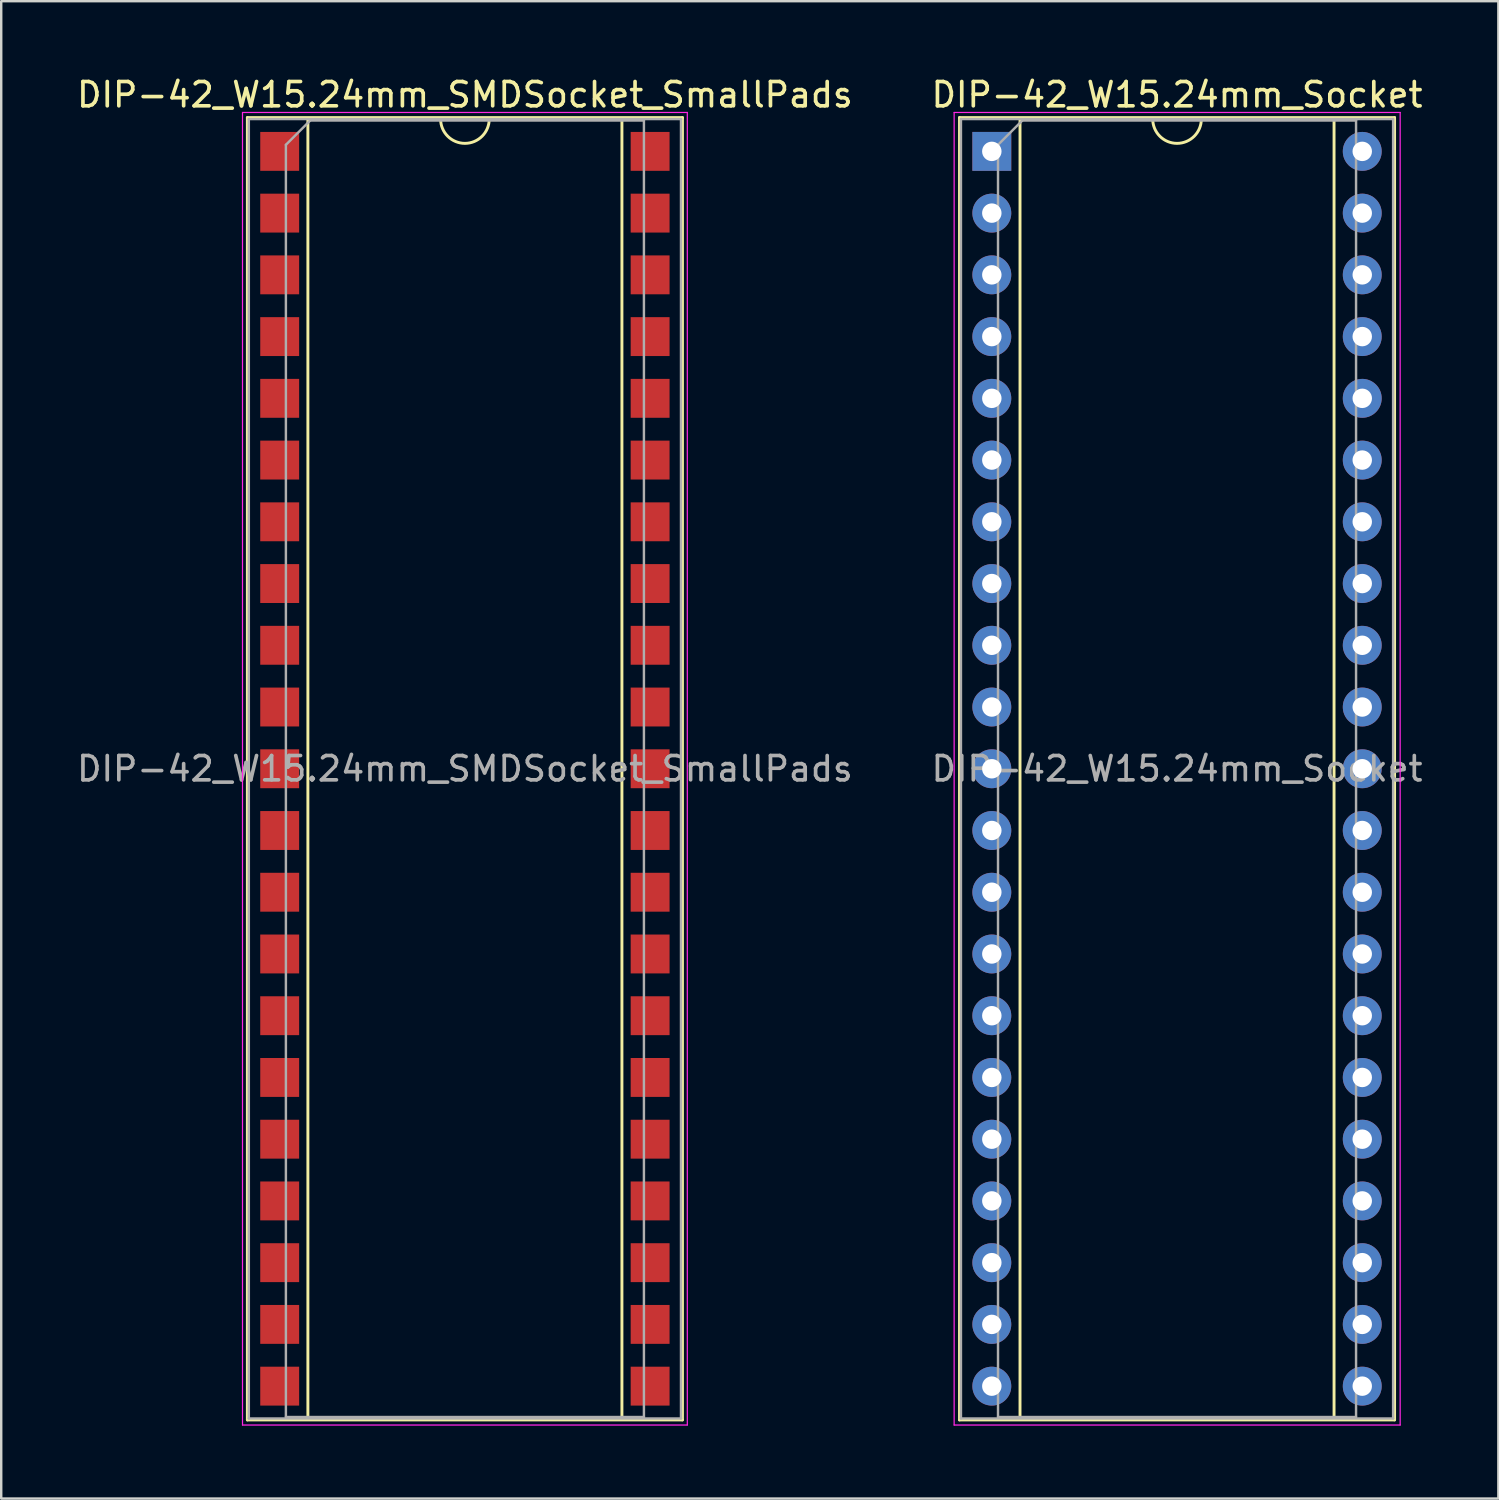
<source format=kicad_pcb>
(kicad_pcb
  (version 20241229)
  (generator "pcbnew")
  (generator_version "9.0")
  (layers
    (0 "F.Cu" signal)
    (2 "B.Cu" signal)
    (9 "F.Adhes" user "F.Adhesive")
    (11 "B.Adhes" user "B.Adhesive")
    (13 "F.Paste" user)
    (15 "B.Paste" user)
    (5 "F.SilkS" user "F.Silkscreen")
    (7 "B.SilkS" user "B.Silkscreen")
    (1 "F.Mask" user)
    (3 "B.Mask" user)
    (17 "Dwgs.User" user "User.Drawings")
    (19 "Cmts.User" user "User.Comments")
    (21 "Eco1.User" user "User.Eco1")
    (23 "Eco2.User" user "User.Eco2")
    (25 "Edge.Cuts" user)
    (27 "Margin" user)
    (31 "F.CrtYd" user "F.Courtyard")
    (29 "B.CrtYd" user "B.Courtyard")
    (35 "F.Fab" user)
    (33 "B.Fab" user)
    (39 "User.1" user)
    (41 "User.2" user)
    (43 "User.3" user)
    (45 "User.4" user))
  (footprint "DIP-42_W15.24mm_Socket"
    (layer "F.Cu")
    (at 37.755 3.178)
    (property "Reference" "DIP-42_W15.24mm_Socket" (at 7.62 -2.33 0) (layer "F.SilkS") (effects (font (size 1 1) (thickness 0.15))))
    (attr through_hole)
    (fp_line (start -1.33 -1.39) (end -1.33 52.19) (stroke (width 0.12) (type solid)) (layer "F.SilkS"))
    (fp_line (start -1.33 52.19) (end 16.57 52.19) (stroke (width 0.12) (type solid)) (layer "F.SilkS"))
    (fp_line (start 1.16 -1.33) (end 1.16 52.13) (stroke (width 0.12) (type solid)) (layer "F.SilkS"))
    (fp_line (start 1.16 52.13) (end 14.08 52.13) (stroke (width 0.12) (type solid)) (layer "F.SilkS"))
    (fp_line (start 6.62 -1.33) (end 1.16 -1.33) (stroke (width 0.12) (type solid)) (layer "F.SilkS"))
    (fp_line (start 14.08 -1.33) (end 8.62 -1.33) (stroke (width 0.12) (type solid)) (layer "F.SilkS"))
    (fp_line (start 14.08 52.13) (end 14.08 -1.33) (stroke (width 0.12) (type solid)) (layer "F.SilkS"))
    (fp_line (start 16.57 -1.39) (end -1.33 -1.39) (stroke (width 0.12) (type solid)) (layer "F.SilkS"))
    (fp_line (start 16.57 52.19) (end 16.57 -1.39) (stroke (width 0.12) (type solid)) (layer "F.SilkS"))
    (fp_arc (start 8.62 -1.33) (mid 7.62 -0.33) (end 6.62 -1.33) (stroke (width 0.12) (type solid)) (layer "F.SilkS"))
    (fp_line (start -1.55 -1.6) (end -1.55 52.4) (stroke (width 0.05) (type solid)) (layer "F.CrtYd"))
    (fp_line (start -1.55 52.4) (end 16.8 52.4) (stroke (width 0.05) (type solid)) (layer "F.CrtYd"))
    (fp_line (start 16.8 -1.6) (end -1.55 -1.6) (stroke (width 0.05) (type solid)) (layer "F.CrtYd"))
    (fp_line (start 16.8 52.4) (end 16.8 -1.6) (stroke (width 0.05) (type solid)) (layer "F.CrtYd"))
    (fp_line (start -1.27 -1.33) (end -1.27 52.13) (stroke (width 0.1) (type solid)) (layer "F.Fab"))
    (fp_line (start -1.27 52.13) (end 16.51 52.13) (stroke (width 0.1) (type solid)) (layer "F.Fab"))
    (fp_line (start 0.255 -0.27) (end 1.255 -1.27) (stroke (width 0.1) (type solid)) (layer "F.Fab"))
    (fp_line (start 0.255 52.07) (end 0.255 -0.27) (stroke (width 0.1) (type solid)) (layer "F.Fab"))
    (fp_line (start 1.255 -1.27) (end 14.985 -1.27) (stroke (width 0.1) (type solid)) (layer "F.Fab"))
    (fp_line (start 14.985 -1.27) (end 14.985 52.07) (stroke (width 0.1) (type solid)) (layer "F.Fab"))
    (fp_line (start 14.985 52.07) (end 0.255 52.07) (stroke (width 0.1) (type solid)) (layer "F.Fab"))
    (fp_line (start 16.51 -1.33) (end -1.27 -1.33) (stroke (width 0.1) (type solid)) (layer "F.Fab"))
    (fp_line (start 16.51 52.13) (end 16.51 -1.33) (stroke (width 0.1) (type solid)) (layer "F.Fab"))
    (fp_text user "${REFERENCE}" (at 7.62 25.4 0) (layer "F.Fab") (effects (font (size 1 1) (thickness 0.15))))
    (pad "1" thru_hole rect (at 0 0) (size 1.6 1.6) (drill 0.8) (layers "*.Cu" "*.Mask"))
    (pad "2" thru_hole oval (at 0 2.54) (size 1.6 1.6) (drill 0.8) (layers "*.Cu" "*.Mask"))
    (pad "3" thru_hole oval (at 0 5.08) (size 1.6 1.6) (drill 0.8) (layers "*.Cu" "*.Mask"))
    (pad "4" thru_hole oval (at 0 7.62) (size 1.6 1.6) (drill 0.8) (layers "*.Cu" "*.Mask"))
    (pad "5" thru_hole oval (at 0 10.16) (size 1.6 1.6) (drill 0.8) (layers "*.Cu" "*.Mask"))
    (pad "6" thru_hole oval (at 0 12.7) (size 1.6 1.6) (drill 0.8) (layers "*.Cu" "*.Mask"))
    (pad "7" thru_hole oval (at 0 15.24) (size 1.6 1.6) (drill 0.8) (layers "*.Cu" "*.Mask"))
    (pad "8" thru_hole oval (at 0 17.78) (size 1.6 1.6) (drill 0.8) (layers "*.Cu" "*.Mask"))
    (pad "9" thru_hole oval (at 0 20.32) (size 1.6 1.6) (drill 0.8) (layers "*.Cu" "*.Mask"))
    (pad "10" thru_hole oval (at 0 22.86) (size 1.6 1.6) (drill 0.8) (layers "*.Cu" "*.Mask"))
    (pad "11" thru_hole oval (at 0 25.4) (size 1.6 1.6) (drill 0.8) (layers "*.Cu" "*.Mask"))
    (pad "12" thru_hole oval (at 0 27.94) (size 1.6 1.6) (drill 0.8) (layers "*.Cu" "*.Mask"))
    (pad "13" thru_hole oval (at 0 30.48) (size 1.6 1.6) (drill 0.8) (layers "*.Cu" "*.Mask"))
    (pad "14" thru_hole oval (at 0 33.02) (size 1.6 1.6) (drill 0.8) (layers "*.Cu" "*.Mask"))
    (pad "15" thru_hole oval (at 0 35.56) (size 1.6 1.6) (drill 0.8) (layers "*.Cu" "*.Mask"))
    (pad "16" thru_hole oval (at 0 38.1) (size 1.6 1.6) (drill 0.8) (layers "*.Cu" "*.Mask"))
    (pad "17" thru_hole oval (at 0 40.64) (size 1.6 1.6) (drill 0.8) (layers "*.Cu" "*.Mask"))
    (pad "18" thru_hole oval (at 0 43.18) (size 1.6 1.6) (drill 0.8) (layers "*.Cu" "*.Mask"))
    (pad "19" thru_hole oval (at 0 45.72) (size 1.6 1.6) (drill 0.8) (layers "*.Cu" "*.Mask"))
    (pad "20" thru_hole oval (at 0 48.26) (size 1.6 1.6) (drill 0.8) (layers "*.Cu" "*.Mask"))
    (pad "21" thru_hole oval (at 0 50.8) (size 1.6 1.6) (drill 0.8) (layers "*.Cu" "*.Mask"))
    (pad "22" thru_hole oval (at 15.24 50.8) (size 1.6 1.6) (drill 0.8) (layers "*.Cu" "*.Mask"))
    (pad "23" thru_hole oval (at 15.24 48.26) (size 1.6 1.6) (drill 0.8) (layers "*.Cu" "*.Mask"))
    (pad "24" thru_hole oval (at 15.24 45.72) (size 1.6 1.6) (drill 0.8) (layers "*.Cu" "*.Mask"))
    (pad "25" thru_hole oval (at 15.24 43.18) (size 1.6 1.6) (drill 0.8) (layers "*.Cu" "*.Mask"))
    (pad "26" thru_hole oval (at 15.24 40.64) (size 1.6 1.6) (drill 0.8) (layers "*.Cu" "*.Mask"))
    (pad "27" thru_hole oval (at 15.24 38.1) (size 1.6 1.6) (drill 0.8) (layers "*.Cu" "*.Mask"))
    (pad "28" thru_hole oval (at 15.24 35.56) (size 1.6 1.6) (drill 0.8) (layers "*.Cu" "*.Mask"))
    (pad "29" thru_hole oval (at 15.24 33.02) (size 1.6 1.6) (drill 0.8) (layers "*.Cu" "*.Mask"))
    (pad "30" thru_hole oval (at 15.24 30.48) (size 1.6 1.6) (drill 0.8) (layers "*.Cu" "*.Mask"))
    (pad "31" thru_hole oval (at 15.24 27.94) (size 1.6 1.6) (drill 0.8) (layers "*.Cu" "*.Mask"))
    (pad "32" thru_hole oval (at 15.24 25.4) (size 1.6 1.6) (drill 0.8) (layers "*.Cu" "*.Mask"))
    (pad "33" thru_hole oval (at 15.24 22.86) (size 1.6 1.6) (drill 0.8) (layers "*.Cu" "*.Mask"))
    (pad "34" thru_hole oval (at 15.24 20.32) (size 1.6 1.6) (drill 0.8) (layers "*.Cu" "*.Mask"))
    (pad "35" thru_hole oval (at 15.24 17.78) (size 1.6 1.6) (drill 0.8) (layers "*.Cu" "*.Mask"))
    (pad "36" thru_hole oval (at 15.24 15.24) (size 1.6 1.6) (drill 0.8) (layers "*.Cu" "*.Mask"))
    (pad "37" thru_hole oval (at 15.24 12.7) (size 1.6 1.6) (drill 0.8) (layers "*.Cu" "*.Mask"))
    (pad "38" thru_hole oval (at 15.24 10.16) (size 1.6 1.6) (drill 0.8) (layers "*.Cu" "*.Mask"))
    (pad "39" thru_hole oval (at 15.24 7.62) (size 1.6 1.6) (drill 0.8) (layers "*.Cu" "*.Mask"))
    (pad "40" thru_hole oval (at 15.24 5.08) (size 1.6 1.6) (drill 0.8) (layers "*.Cu" "*.Mask"))
    (pad "41" thru_hole oval (at 15.24 2.54) (size 1.6 1.6) (drill 0.8) (layers "*.Cu" "*.Mask"))
    (pad "42" thru_hole oval (at 15.24 0) (size 1.6 1.6) (drill 0.8) (layers "*.Cu" "*.Mask")))
  (footprint "DIP-42_W15.24mm_SMDSocket_SmallPads"
    (layer "F.Cu")
    (at 16.077 28.578)
    (property "Reference" "DIP-42_W15.24mm_SMDSocket_SmallPads" (at 0 -27.73 0) (layer "F.SilkS") (effects (font (size 1 1) (thickness 0.15))))
    (attr smd)
    (fp_line (start -8.95 -26.79) (end -8.95 26.79) (stroke (width 0.12) (type solid)) (layer "F.SilkS"))
    (fp_line (start -8.95 26.79) (end 8.95 26.79) (stroke (width 0.12) (type solid)) (layer "F.SilkS"))
    (fp_line (start -6.46 -26.73) (end -6.46 26.73) (stroke (width 0.12) (type solid)) (layer "F.SilkS"))
    (fp_line (start -6.46 26.73) (end 6.46 26.73) (stroke (width 0.12) (type solid)) (layer "F.SilkS"))
    (fp_line (start -1 -26.73) (end -6.46 -26.73) (stroke (width 0.12) (type solid)) (layer "F.SilkS"))
    (fp_line (start 6.46 -26.73) (end 1 -26.73) (stroke (width 0.12) (type solid)) (layer "F.SilkS"))
    (fp_line (start 6.46 26.73) (end 6.46 -26.73) (stroke (width 0.12) (type solid)) (layer "F.SilkS"))
    (fp_line (start 8.95 -26.79) (end -8.95 -26.79) (stroke (width 0.12) (type solid)) (layer "F.SilkS"))
    (fp_line (start 8.95 26.79) (end 8.95 -26.79) (stroke (width 0.12) (type solid)) (layer "F.SilkS"))
    (fp_arc (start 1 -26.73) (mid 0 -25.73) (end -1 -26.73) (stroke (width 0.12) (type solid)) (layer "F.SilkS"))
    (fp_line (start -9.15 -27) (end -9.15 27) (stroke (width 0.05) (type solid)) (layer "F.CrtYd"))
    (fp_line (start -9.15 27) (end 9.15 27) (stroke (width 0.05) (type solid)) (layer "F.CrtYd"))
    (fp_line (start 9.15 -27) (end -9.15 -27) (stroke (width 0.05) (type solid)) (layer "F.CrtYd"))
    (fp_line (start 9.15 27) (end 9.15 -27) (stroke (width 0.05) (type solid)) (layer "F.CrtYd"))
    (fp_line (start -8.89 -26.73) (end -8.89 26.73) (stroke (width 0.1) (type solid)) (layer "F.Fab"))
    (fp_line (start -8.89 26.73) (end 8.89 26.73) (stroke (width 0.1) (type solid)) (layer "F.Fab"))
    (fp_line (start -7.365 -25.67) (end -6.365 -26.67) (stroke (width 0.1) (type solid)) (layer "F.Fab"))
    (fp_line (start -7.365 26.67) (end -7.365 -25.67) (stroke (width 0.1) (type solid)) (layer "F.Fab"))
    (fp_line (start -6.365 -26.67) (end 7.365 -26.67) (stroke (width 0.1) (type solid)) (layer "F.Fab"))
    (fp_line (start 7.365 -26.67) (end 7.365 26.67) (stroke (width 0.1) (type solid)) (layer "F.Fab"))
    (fp_line (start 7.365 26.67) (end -7.365 26.67) (stroke (width 0.1) (type solid)) (layer "F.Fab"))
    (fp_line (start 8.89 -26.73) (end -8.89 -26.73) (stroke (width 0.1) (type solid)) (layer "F.Fab"))
    (fp_line (start 8.89 26.73) (end 8.89 -26.73) (stroke (width 0.1) (type solid)) (layer "F.Fab"))
    (fp_text user "${REFERENCE}" (at 0 0 0) (layer "F.Fab") (effects (font (size 1 1) (thickness 0.15))))
    (pad "1" smd rect (at -7.62 -25.4) (size 1.6 1.6) (layers "F.Cu" "F.Mask" "F.Paste"))
    (pad "2" smd rect (at -7.62 -22.86) (size 1.6 1.6) (layers "F.Cu" "F.Mask" "F.Paste"))
    (pad "3" smd rect (at -7.62 -20.32) (size 1.6 1.6) (layers "F.Cu" "F.Mask" "F.Paste"))
    (pad "4" smd rect (at -7.62 -17.78) (size 1.6 1.6) (layers "F.Cu" "F.Mask" "F.Paste"))
    (pad "5" smd rect (at -7.62 -15.24) (size 1.6 1.6) (layers "F.Cu" "F.Mask" "F.Paste"))
    (pad "6" smd rect (at -7.62 -12.7) (size 1.6 1.6) (layers "F.Cu" "F.Mask" "F.Paste"))
    (pad "7" smd rect (at -7.62 -10.16) (size 1.6 1.6) (layers "F.Cu" "F.Mask" "F.Paste"))
    (pad "8" smd rect (at -7.62 -7.62) (size 1.6 1.6) (layers "F.Cu" "F.Mask" "F.Paste"))
    (pad "9" smd rect (at -7.62 -5.08) (size 1.6 1.6) (layers "F.Cu" "F.Mask" "F.Paste"))
    (pad "10" smd rect (at -7.62 -2.54) (size 1.6 1.6) (layers "F.Cu" "F.Mask" "F.Paste"))
    (pad "11" smd rect (at -7.62 0) (size 1.6 1.6) (layers "F.Cu" "F.Mask" "F.Paste"))
    (pad "12" smd rect (at -7.62 2.54) (size 1.6 1.6) (layers "F.Cu" "F.Mask" "F.Paste"))
    (pad "13" smd rect (at -7.62 5.08) (size 1.6 1.6) (layers "F.Cu" "F.Mask" "F.Paste"))
    (pad "14" smd rect (at -7.62 7.62) (size 1.6 1.6) (layers "F.Cu" "F.Mask" "F.Paste"))
    (pad "15" smd rect (at -7.62 10.16) (size 1.6 1.6) (layers "F.Cu" "F.Mask" "F.Paste"))
    (pad "16" smd rect (at -7.62 12.7) (size 1.6 1.6) (layers "F.Cu" "F.Mask" "F.Paste"))
    (pad "17" smd rect (at -7.62 15.24) (size 1.6 1.6) (layers "F.Cu" "F.Mask" "F.Paste"))
    (pad "18" smd rect (at -7.62 17.78) (size 1.6 1.6) (layers "F.Cu" "F.Mask" "F.Paste"))
    (pad "19" smd rect (at -7.62 20.32) (size 1.6 1.6) (layers "F.Cu" "F.Mask" "F.Paste"))
    (pad "20" smd rect (at -7.62 22.86) (size 1.6 1.6) (layers "F.Cu" "F.Mask" "F.Paste"))
    (pad "21" smd rect (at -7.62 25.4) (size 1.6 1.6) (layers "F.Cu" "F.Mask" "F.Paste"))
    (pad "22" smd rect (at 7.62 25.4) (size 1.6 1.6) (layers "F.Cu" "F.Mask" "F.Paste"))
    (pad "23" smd rect (at 7.62 22.86) (size 1.6 1.6) (layers "F.Cu" "F.Mask" "F.Paste"))
    (pad "24" smd rect (at 7.62 20.32) (size 1.6 1.6) (layers "F.Cu" "F.Mask" "F.Paste"))
    (pad "25" smd rect (at 7.62 17.78) (size 1.6 1.6) (layers "F.Cu" "F.Mask" "F.Paste"))
    (pad "26" smd rect (at 7.62 15.24) (size 1.6 1.6) (layers "F.Cu" "F.Mask" "F.Paste"))
    (pad "27" smd rect (at 7.62 12.7) (size 1.6 1.6) (layers "F.Cu" "F.Mask" "F.Paste"))
    (pad "28" smd rect (at 7.62 10.16) (size 1.6 1.6) (layers "F.Cu" "F.Mask" "F.Paste"))
    (pad "29" smd rect (at 7.62 7.62) (size 1.6 1.6) (layers "F.Cu" "F.Mask" "F.Paste"))
    (pad "30" smd rect (at 7.62 5.08) (size 1.6 1.6) (layers "F.Cu" "F.Mask" "F.Paste"))
    (pad "31" smd rect (at 7.62 2.54) (size 1.6 1.6) (layers "F.Cu" "F.Mask" "F.Paste"))
    (pad "32" smd rect (at 7.62 0) (size 1.6 1.6) (layers "F.Cu" "F.Mask" "F.Paste"))
    (pad "33" smd rect (at 7.62 -2.54) (size 1.6 1.6) (layers "F.Cu" "F.Mask" "F.Paste"))
    (pad "34" smd rect (at 7.62 -5.08) (size 1.6 1.6) (layers "F.Cu" "F.Mask" "F.Paste"))
    (pad "35" smd rect (at 7.62 -7.62) (size 1.6 1.6) (layers "F.Cu" "F.Mask" "F.Paste"))
    (pad "36" smd rect (at 7.62 -10.16) (size 1.6 1.6) (layers "F.Cu" "F.Mask" "F.Paste"))
    (pad "37" smd rect (at 7.62 -12.7) (size 1.6 1.6) (layers "F.Cu" "F.Mask" "F.Paste"))
    (pad "38" smd rect (at 7.62 -15.24) (size 1.6 1.6) (layers "F.Cu" "F.Mask" "F.Paste"))
    (pad "39" smd rect (at 7.62 -17.78) (size 1.6 1.6) (layers "F.Cu" "F.Mask" "F.Paste"))
    (pad "40" smd rect (at 7.62 -20.32) (size 1.6 1.6) (layers "F.Cu" "F.Mask" "F.Paste"))
    (pad "41" smd rect (at 7.62 -22.86) (size 1.6 1.6) (layers "F.Cu" "F.Mask" "F.Paste"))
    (pad "42" smd rect (at 7.62 -25.4) (size 1.6 1.6) (layers "F.Cu" "F.Mask" "F.Paste")))
  (gr_rect
    (start -3 -3)
    (end 58.595 58.603)
    (stroke (width 0.1) (type default))
    (fill no)
    (layer "Edge.Cuts")))
</source>
